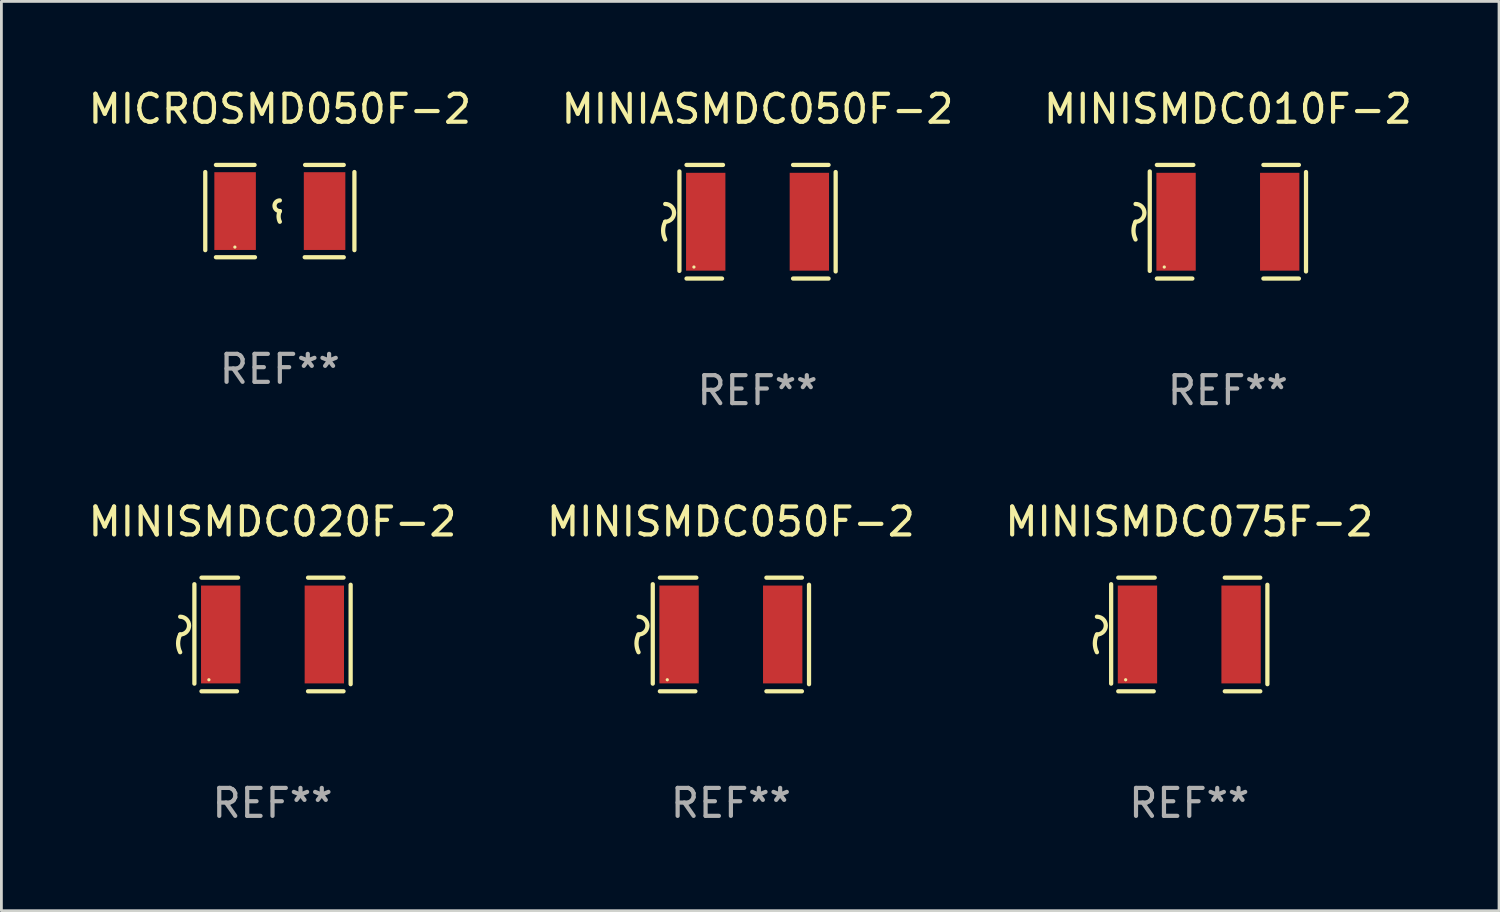
<source format=kicad_pcb>
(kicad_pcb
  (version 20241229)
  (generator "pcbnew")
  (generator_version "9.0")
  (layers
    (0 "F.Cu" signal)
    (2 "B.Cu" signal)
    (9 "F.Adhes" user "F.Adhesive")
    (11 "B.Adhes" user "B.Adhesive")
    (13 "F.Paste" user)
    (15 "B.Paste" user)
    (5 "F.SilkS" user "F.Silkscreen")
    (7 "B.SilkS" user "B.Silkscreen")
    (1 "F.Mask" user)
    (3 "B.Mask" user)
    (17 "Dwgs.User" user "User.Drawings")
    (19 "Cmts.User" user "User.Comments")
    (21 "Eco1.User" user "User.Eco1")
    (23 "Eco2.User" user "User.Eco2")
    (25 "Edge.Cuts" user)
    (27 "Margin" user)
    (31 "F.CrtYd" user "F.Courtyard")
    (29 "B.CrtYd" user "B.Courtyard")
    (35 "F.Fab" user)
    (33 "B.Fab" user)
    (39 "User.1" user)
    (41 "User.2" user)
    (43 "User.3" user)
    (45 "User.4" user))
  (footprint "MINISMDC010F-2"
    (layer "F.Cu")
    (at 40.863 4.88)
    (property "Reference" "MINISMDC010F-2" (at 0 -4.032 0) (layer "F.SilkS") (effects (font (size 1 1) (thickness 0.15))))
    (attr through_hole)
    (fp_line (start -2.794 -1.798) (end -2.794 1.758) (stroke (width 0.152) (type solid)) (layer "F.SilkS"))
    (fp_line (start -2.54 -2.032) (end -1.235 -2.032) (stroke (width 0.152) (type solid)) (layer "F.SilkS"))
    (fp_line (start -1.27 2.032) (end -2.54 2.032) (stroke (width 0.152) (type solid)) (layer "F.SilkS"))
    (fp_line (start 1.27 2.032) (end 2.54 2.032) (stroke (width 0.152) (type solid)) (layer "F.SilkS"))
    (fp_line (start 2.54 -2.032) (end 1.27 -2.032) (stroke (width 0.152) (type solid)) (layer "F.SilkS"))
    (fp_line (start 2.794 -1.778) (end 2.794 1.778) (stroke (width 0.152) (type solid)) (layer "F.SilkS"))
    (fp_arc (start -3.302007 -0.635002) (mid -2.984506 -0.317501) (end -3.302007 0) (stroke (width 0.151994) (type solid)) (layer "F.SilkS"))
    (fp_arc (start -3.302007 0.635002) (mid -3.376959 0.317501) (end -3.302007 0) (stroke (width 0.151994) (type solid)) (layer "F.SilkS"))
    (fp_circle (center -2.275 1.62) (end -2.245 1.62) (stroke (width 0.06) (type solid)) (fill no) (layer "F.SilkS"))
    (fp_text user "REF**" (at 0 6.032 0) (layer "F.Fab") (effects (font (size 1 1) (thickness 0.15))))
    (pad "1" smd rect (at -1.853 0) (size 1.407 3.499) (layers "F.Cu" "F.Mask" "F.Paste"))
    (pad "2" smd rect (at 1.853 0) (size 1.407 3.499) (layers "F.Cu" "F.Mask" "F.Paste")))
  (footprint "MICROSMD050F-2"
    (layer "F.Cu")
    (at 6.958 4.499)
    (property "Reference" "MICROSMD050F-2" (at 0 -3.651 0) (layer "F.SilkS") (effects (font (size 1 1) (thickness 0.15))))
    (attr through_hole)
    (fp_line (start -2.667 -1.397) (end -2.667 1.397) (stroke (width 0.152) (type solid)) (layer "F.SilkS"))
    (fp_line (start -2.286 -1.651) (end -0.903 -1.651) (stroke (width 0.152) (type solid)) (layer "F.SilkS"))
    (fp_line (start -0.889 1.651) (end -2.286 1.651) (stroke (width 0.152) (type solid)) (layer "F.SilkS"))
    (fp_line (start 0.889 1.651) (end 2.286 1.651) (stroke (width 0.152) (type solid)) (layer "F.SilkS"))
    (fp_line (start 2.286 -1.651) (end 0.903 -1.651) (stroke (width 0.152) (type solid)) (layer "F.SilkS"))
    (fp_line (start 2.667 -1.397) (end 2.667 1.397) (stroke (width 0.152) (type solid)) (layer "F.SilkS"))
    (fp_arc (start 0 0) (mid -0.1905 -0.1905) (end 0 -0.381) (stroke (width 0.151994) (type solid)) (layer "F.SilkS"))
    (fp_arc (start 0 0.381001) (mid -0.044971 0.1905) (end 0 0) (stroke (width 0.151994) (type solid)) (layer "F.SilkS"))
    (fp_circle (center -1.608 1.288) (end -1.578 1.288) (stroke (width 0.06) (type solid)) (fill no) (layer "F.SilkS"))
    (fp_text user "REF**" (at 0 5.651 0) (layer "F.Fab") (effects (font (size 1 1) (thickness 0.15))))
    (pad "1" smd rect (at -1.6 0) (size 1.485 2.781) (layers "F.Cu" "F.Mask" "F.Paste"))
    (pad "2" smd rect (at 1.6 0) (size 1.485 2.781) (layers "F.Cu" "F.Mask" "F.Paste")))
  (footprint "MINISMDC075F-2"
    (layer "F.Cu")
    (at 39.482 19.641)
    (property "Reference" "MINISMDC075F-2" (at 0 -4.032 0) (layer "F.SilkS") (effects (font (size 1 1) (thickness 0.15))))
    (attr through_hole)
    (fp_line (start -2.794 -1.798) (end -2.794 1.758) (stroke (width 0.152) (type solid)) (layer "F.SilkS"))
    (fp_line (start -2.54 -2.032) (end -1.235 -2.032) (stroke (width 0.152) (type solid)) (layer "F.SilkS"))
    (fp_line (start -1.27 2.032) (end -2.54 2.032) (stroke (width 0.152) (type solid)) (layer "F.SilkS"))
    (fp_line (start 1.27 2.032) (end 2.54 2.032) (stroke (width 0.152) (type solid)) (layer "F.SilkS"))
    (fp_line (start 2.54 -2.032) (end 1.27 -2.032) (stroke (width 0.152) (type solid)) (layer "F.SilkS"))
    (fp_line (start 2.794 -1.778) (end 2.794 1.778) (stroke (width 0.152) (type solid)) (layer "F.SilkS"))
    (fp_arc (start -3.302007 -0.635002) (mid -2.984506 -0.317501) (end -3.302007 0) (stroke (width 0.151994) (type solid)) (layer "F.SilkS"))
    (fp_arc (start -3.302007 0.635002) (mid -3.376959 0.317501) (end -3.302007 0) (stroke (width 0.151994) (type solid)) (layer "F.SilkS"))
    (fp_circle (center -2.275 1.62) (end -2.245 1.62) (stroke (width 0.06) (type solid)) (fill no) (layer "F.SilkS"))
    (fp_text user "REF**" (at 0 6.032 0) (layer "F.Fab") (effects (font (size 1 1) (thickness 0.15))))
    (pad "1" smd rect (at -1.853 0) (size 1.407 3.499) (layers "F.Cu" "F.Mask" "F.Paste"))
    (pad "2" smd rect (at 1.853 0) (size 1.407 3.499) (layers "F.Cu" "F.Mask" "F.Paste")))
  (footprint "MINIASMDC050F-2"
    (layer "F.Cu")
    (at 24.042 4.88)
    (property "Reference" "MINIASMDC050F-2" (at 0 -4.032 0) (layer "F.SilkS") (effects (font (size 1 1) (thickness 0.15))))
    (attr through_hole)
    (fp_line (start -2.794 -1.798) (end -2.794 1.758) (stroke (width 0.152) (type solid)) (layer "F.SilkS"))
    (fp_line (start -2.54 -2.032) (end -1.235 -2.032) (stroke (width 0.152) (type solid)) (layer "F.SilkS"))
    (fp_line (start -1.27 2.032) (end -2.54 2.032) (stroke (width 0.152) (type solid)) (layer "F.SilkS"))
    (fp_line (start 1.27 2.032) (end 2.54 2.032) (stroke (width 0.152) (type solid)) (layer "F.SilkS"))
    (fp_line (start 2.54 -2.032) (end 1.27 -2.032) (stroke (width 0.152) (type solid)) (layer "F.SilkS"))
    (fp_line (start 2.794 -1.778) (end 2.794 1.778) (stroke (width 0.152) (type solid)) (layer "F.SilkS"))
    (fp_arc (start -3.302007 -0.635002) (mid -2.984506 -0.317501) (end -3.302007 0) (stroke (width 0.151994) (type solid)) (layer "F.SilkS"))
    (fp_arc (start -3.302007 0.635002) (mid -3.376959 0.317501) (end -3.302007 0) (stroke (width 0.151994) (type solid)) (layer "F.SilkS"))
    (fp_circle (center -2.275 1.62) (end -2.245 1.62) (stroke (width 0.06) (type solid)) (fill no) (layer "F.SilkS"))
    (fp_text user "REF**" (at 0 6.032 0) (layer "F.Fab") (effects (font (size 1 1) (thickness 0.15))))
    (pad "1" smd rect (at -1.853 0) (size 1.407 3.499) (layers "F.Cu" "F.Mask" "F.Paste"))
    (pad "2" smd rect (at 1.853 0) (size 1.407 3.499) (layers "F.Cu" "F.Mask" "F.Paste")))
  (footprint "MINISMDC050F-2"
    (layer "F.Cu")
    (at 23.089 19.641)
    (property "Reference" "MINISMDC050F-2" (at 0 -4.032 0) (layer "F.SilkS") (effects (font (size 1 1) (thickness 0.15))))
    (attr through_hole)
    (fp_line (start -2.794 -1.798) (end -2.794 1.758) (stroke (width 0.152) (type solid)) (layer "F.SilkS"))
    (fp_line (start -2.54 -2.032) (end -1.235 -2.032) (stroke (width 0.152) (type solid)) (layer "F.SilkS"))
    (fp_line (start -1.27 2.032) (end -2.54 2.032) (stroke (width 0.152) (type solid)) (layer "F.SilkS"))
    (fp_line (start 1.27 2.032) (end 2.54 2.032) (stroke (width 0.152) (type solid)) (layer "F.SilkS"))
    (fp_line (start 2.54 -2.032) (end 1.27 -2.032) (stroke (width 0.152) (type solid)) (layer "F.SilkS"))
    (fp_line (start 2.794 -1.778) (end 2.794 1.778) (stroke (width 0.152) (type solid)) (layer "F.SilkS"))
    (fp_arc (start -3.302007 -0.635002) (mid -2.984506 -0.317501) (end -3.302007 0) (stroke (width 0.151994) (type solid)) (layer "F.SilkS"))
    (fp_arc (start -3.302007 0.635002) (mid -3.376959 0.317501) (end -3.302007 0) (stroke (width 0.151994) (type solid)) (layer "F.SilkS"))
    (fp_circle (center -2.275 1.62) (end -2.245 1.62) (stroke (width 0.06) (type solid)) (fill no) (layer "F.SilkS"))
    (fp_text user "REF**" (at 0 6.032 0) (layer "F.Fab") (effects (font (size 1 1) (thickness 0.15))))
    (pad "1" smd rect (at -1.853 0) (size 1.407 3.499) (layers "F.Cu" "F.Mask" "F.Paste"))
    (pad "2" smd rect (at 1.853 0) (size 1.407 3.499) (layers "F.Cu" "F.Mask" "F.Paste")))
  (footprint "MINISMDC020F-2"
    (layer "F.Cu")
    (at 6.696 19.641)
    (property "Reference" "MINISMDC020F-2" (at 0 -4.032 0) (layer "F.SilkS") (effects (font (size 1 1) (thickness 0.15))))
    (attr through_hole)
    (fp_line (start -2.794 -1.798) (end -2.794 1.758) (stroke (width 0.152) (type solid)) (layer "F.SilkS"))
    (fp_line (start -2.54 -2.032) (end -1.235 -2.032) (stroke (width 0.152) (type solid)) (layer "F.SilkS"))
    (fp_line (start -1.27 2.032) (end -2.54 2.032) (stroke (width 0.152) (type solid)) (layer "F.SilkS"))
    (fp_line (start 1.27 2.032) (end 2.54 2.032) (stroke (width 0.152) (type solid)) (layer "F.SilkS"))
    (fp_line (start 2.54 -2.032) (end 1.27 -2.032) (stroke (width 0.152) (type solid)) (layer "F.SilkS"))
    (fp_line (start 2.794 -1.778) (end 2.794 1.778) (stroke (width 0.152) (type solid)) (layer "F.SilkS"))
    (fp_arc (start -3.302007 -0.635002) (mid -2.984506 -0.317501) (end -3.302007 0) (stroke (width 0.151994) (type solid)) (layer "F.SilkS"))
    (fp_arc (start -3.302007 0.635002) (mid -3.376959 0.317501) (end -3.302007 0) (stroke (width 0.151994) (type solid)) (layer "F.SilkS"))
    (fp_circle (center -2.275 1.62) (end -2.245 1.62) (stroke (width 0.06) (type solid)) (fill no) (layer "F.SilkS"))
    (fp_text user "REF**" (at 0 6.032 0) (layer "F.Fab") (effects (font (size 1 1) (thickness 0.15))))
    (pad "1" smd rect (at -1.853 0) (size 1.407 3.499) (layers "F.Cu" "F.Mask" "F.Paste"))
    (pad "2" smd rect (at 1.853 0) (size 1.407 3.499) (layers "F.Cu" "F.Mask" "F.Paste")))
  (gr_rect
    (start -3 -3)
    (end 50.56 29.521)
    (stroke (width 0.1) (type default))
    (fill no)
    (layer "Edge.Cuts")))
</source>
